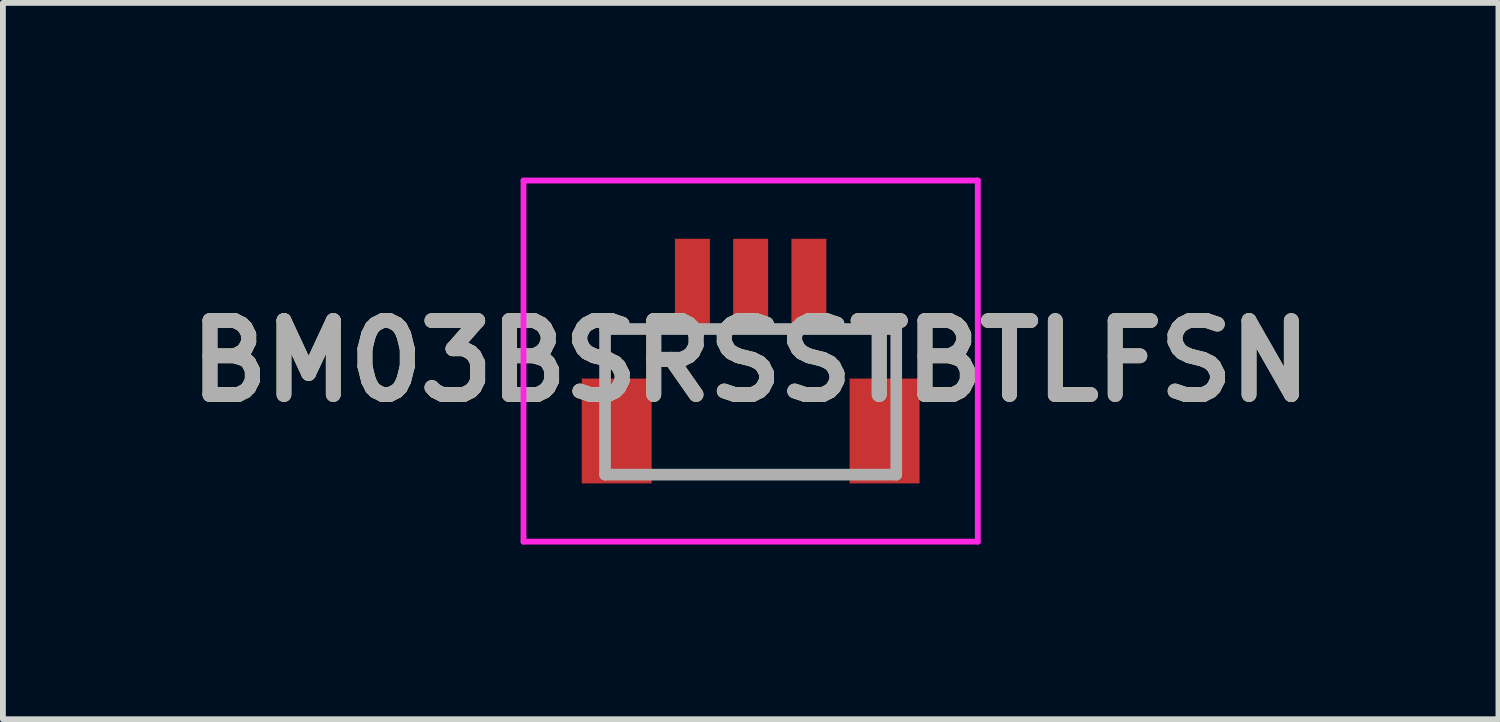
<source format=kicad_pcb>
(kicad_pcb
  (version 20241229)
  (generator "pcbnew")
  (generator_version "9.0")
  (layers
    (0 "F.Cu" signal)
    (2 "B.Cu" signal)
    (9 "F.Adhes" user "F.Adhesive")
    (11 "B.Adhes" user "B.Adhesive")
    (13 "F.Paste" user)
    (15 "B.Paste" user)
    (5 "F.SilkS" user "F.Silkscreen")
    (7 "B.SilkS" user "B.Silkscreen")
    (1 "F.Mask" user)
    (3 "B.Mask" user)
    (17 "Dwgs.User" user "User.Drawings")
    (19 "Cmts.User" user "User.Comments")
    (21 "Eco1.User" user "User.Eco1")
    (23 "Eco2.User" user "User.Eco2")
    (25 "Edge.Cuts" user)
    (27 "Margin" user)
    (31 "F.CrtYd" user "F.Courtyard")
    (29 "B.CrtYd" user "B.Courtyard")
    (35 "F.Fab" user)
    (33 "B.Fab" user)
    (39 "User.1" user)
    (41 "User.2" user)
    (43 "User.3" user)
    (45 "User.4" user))
  (footprint "BM03BSRSSTBTLFSN"
    (layer "F.Cu")
    (at 9.839 2.6)
    (property "Reference" "BM03BSRSSTBTLFSN" (at 0 0.55 0) (layer "F.SilkS") (effects (font (size 1.27 1.27) (thickness 0.254))))
    (attr smd)
    (fp_line (start -2.5 0) (end -2.5 0.8) (stroke (width 0.1) (type solid)) (layer "F.SilkS"))
    (fp_line (start -1.6 2.5) (end 1.6 2.5) (stroke (width 0.1) (type solid)) (layer "F.SilkS"))
    (fp_line (start -1.4 0) (end -2.5 0) (stroke (width 0.1) (type solid)) (layer "F.SilkS"))
    (fp_line (start 1.4 0) (end 2.5 0) (stroke (width 0.1) (type solid)) (layer "F.SilkS"))
    (fp_line (start 2.5 0) (end 2.5 0.8) (stroke (width 0.1) (type solid)) (layer "F.SilkS"))
    (fp_line (start -3.9 -2.55) (end 3.9 -2.55) (stroke (width 0.1) (type solid)) (layer "F.CrtYd"))
    (fp_line (start -3.9 3.65) (end -3.9 -2.55) (stroke (width 0.1) (type solid)) (layer "F.CrtYd"))
    (fp_line (start 3.9 -2.55) (end 3.9 3.65) (stroke (width 0.1) (type solid)) (layer "F.CrtYd"))
    (fp_line (start 3.9 3.65) (end -3.9 3.65) (stroke (width 0.1) (type solid)) (layer "F.CrtYd"))
    (fp_line (start -2.5 0) (end 2.5 0) (stroke (width 0.2) (type solid)) (layer "F.Fab"))
    (fp_line (start -2.5 2.5) (end -2.5 0) (stroke (width 0.2) (type solid)) (layer "F.Fab"))
    (fp_line (start 2.5 0) (end 2.5 2.5) (stroke (width 0.2) (type solid)) (layer "F.Fab"))
    (fp_line (start 2.5 2.5) (end -2.5 2.5) (stroke (width 0.2) (type solid)) (layer "F.Fab"))
    (fp_text user "${REFERENCE}" (at 0 0.55 0) (layer "F.Fab") (effects (font (size 1.27 1.27) (thickness 0.254))))
    (pad "1" smd rect (at -1 -0.775) (size 0.6 1.55) (layers "F.Cu" "F.Mask" "F.Paste"))
    (pad "2" smd rect (at 0 -0.775) (size 0.6 1.55) (layers "F.Cu" "F.Mask" "F.Paste"))
    (pad "3" smd rect (at 1 -0.775) (size 0.6 1.55) (layers "F.Cu" "F.Mask" "F.Paste"))
    (pad "MP1" smd rect (at -2.3 1.75) (size 1.2 1.8) (layers "F.Cu" "F.Mask" "F.Paste"))
    (pad "MP2" smd rect (at 2.3 1.75) (size 1.2 1.8) (layers "F.Cu" "F.Mask" "F.Paste")))
  (gr_rect
    (start -3 -3)
    (end 22.679 9.3)
    (stroke (width 0.1) (type default))
    (fill no)
    (layer "Edge.Cuts")))
</source>
